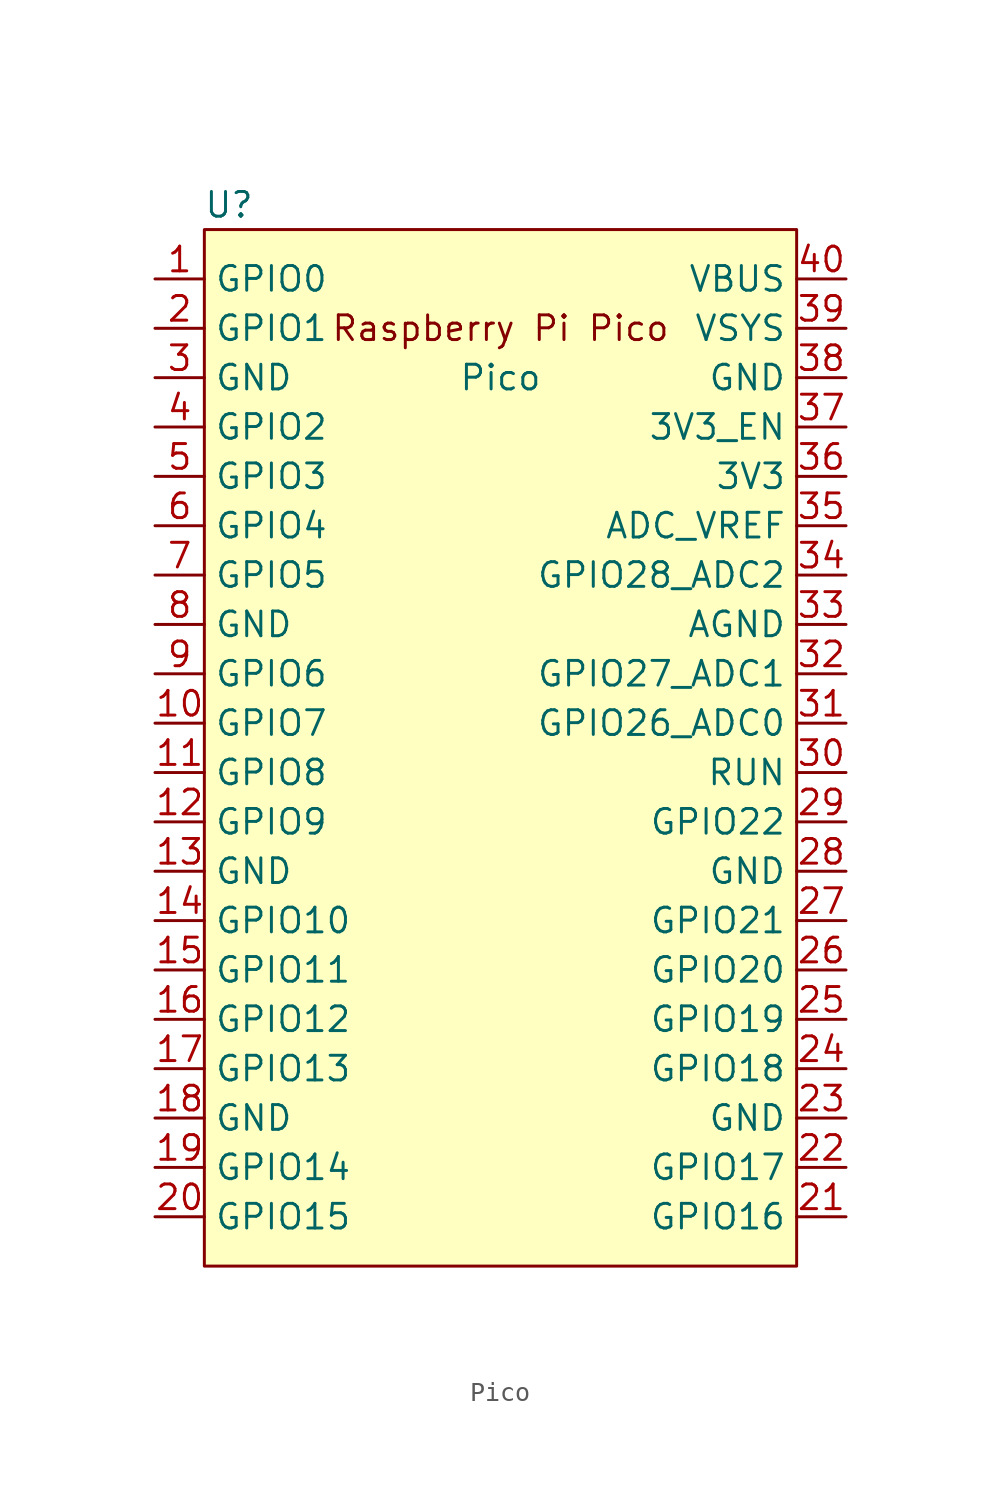
<source format=kicad_sym>
(kicad_symbol_lib
  (version 20231120)
  (generator "kicad_symbol_editor")
  (generator_version "8.0")
  (symbol "Pico"
    (property "Reference" "U"
      (at -13.97 27.94 0)
      (effects (font (size 1.27 1.27))))
    (property "Value" "Pico"
      (at 0 19.05 0)
      (effects (font (size 1.27 1.27))))
    (symbol "Pico_0_0"
      (text "Raspberry Pi Pico" (at 0 21.59 0) (effects (font (size 1.27 1.27)))))
    (symbol "Pico_0_1"
      (rectangle (start -15.24 26.67) (end 15.24 -26.67) (stroke (width 0) (type default)) (fill (type background))))
    (symbol "Pico_1_1"
      (pin bidirectional line (at -17.78 24.13 0) (length 2.54) (name "GPIO0" (effects (font (size 1.27 1.27)))) (number "1" (effects (font (size 1.27 1.27)))))
      (pin bidirectional line (at -17.78 1.27 0) (length 2.54) (name "GPIO7" (effects (font (size 1.27 1.27)))) (number "10" (effects (font (size 1.27 1.27)))))
      (pin bidirectional line (at -17.78 -1.27 0) (length 2.54) (name "GPIO8" (effects (font (size 1.27 1.27)))) (number "11" (effects (font (size 1.27 1.27)))))
      (pin bidirectional line (at -17.78 -3.81 0) (length 2.54) (name "GPIO9" (effects (font (size 1.27 1.27)))) (number "12" (effects (font (size 1.27 1.27)))))
      (pin power_in line (at -17.78 -6.35 0) (length 2.54) (name "GND" (effects (font (size 1.27 1.27)))) (number "13" (effects (font (size 1.27 1.27)))))
      (pin bidirectional line (at -17.78 -8.89 0) (length 2.54) (name "GPIO10" (effects (font (size 1.27 1.27)))) (number "14" (effects (font (size 1.27 1.27)))))
      (pin bidirectional line (at -17.78 -11.43 0) (length 2.54) (name "GPIO11" (effects (font (size 1.27 1.27)))) (number "15" (effects (font (size 1.27 1.27)))))
      (pin bidirectional line (at -17.78 -13.97 0) (length 2.54) (name "GPIO12" (effects (font (size 1.27 1.27)))) (number "16" (effects (font (size 1.27 1.27)))))
      (pin bidirectional line (at -17.78 -16.51 0) (length 2.54) (name "GPIO13" (effects (font (size 1.27 1.27)))) (number "17" (effects (font (size 1.27 1.27)))))
      (pin power_in line (at -17.78 -19.05 0) (length 2.54) (name "GND" (effects (font (size 1.27 1.27)))) (number "18" (effects (font (size 1.27 1.27)))))
      (pin bidirectional line (at -17.78 -21.59 0) (length 2.54) (name "GPIO14" (effects (font (size 1.27 1.27)))) (number "19" (effects (font (size 1.27 1.27)))))
      (pin bidirectional line (at -17.78 21.59 0) (length 2.54) (name "GPIO1" (effects (font (size 1.27 1.27)))) (number "2" (effects (font (size 1.27 1.27)))))
      (pin bidirectional line (at -17.78 -24.13 0) (length 2.54) (name "GPIO15" (effects (font (size 1.27 1.27)))) (number "20" (effects (font (size 1.27 1.27)))))
      (pin bidirectional line (at 17.78 -24.13 180) (length 2.54) (name "GPIO16" (effects (font (size 1.27 1.27)))) (number "21" (effects (font (size 1.27 1.27)))))
      (pin bidirectional line (at 17.78 -21.59 180) (length 2.54) (name "GPIO17" (effects (font (size 1.27 1.27)))) (number "22" (effects (font (size 1.27 1.27)))))
      (pin power_in line (at 17.78 -19.05 180) (length 2.54) (name "GND" (effects (font (size 1.27 1.27)))) (number "23" (effects (font (size 1.27 1.27)))))
      (pin bidirectional line (at 17.78 -16.51 180) (length 2.54) (name "GPIO18" (effects (font (size 1.27 1.27)))) (number "24" (effects (font (size 1.27 1.27)))))
      (pin bidirectional line (at 17.78 -13.97 180) (length 2.54) (name "GPIO19" (effects (font (size 1.27 1.27)))) (number "25" (effects (font (size 1.27 1.27)))))
      (pin bidirectional line (at 17.78 -11.43 180) (length 2.54) (name "GPIO20" (effects (font (size 1.27 1.27)))) (number "26" (effects (font (size 1.27 1.27)))))
      (pin bidirectional line (at 17.78 -8.89 180) (length 2.54) (name "GPIO21" (effects (font (size 1.27 1.27)))) (number "27" (effects (font (size 1.27 1.27)))))
      (pin power_in line (at 17.78 -6.35 180) (length 2.54) (name "GND" (effects (font (size 1.27 1.27)))) (number "28" (effects (font (size 1.27 1.27)))))
      (pin bidirectional line (at 17.78 -3.81 180) (length 2.54) (name "GPIO22" (effects (font (size 1.27 1.27)))) (number "29" (effects (font (size 1.27 1.27)))))
      (pin power_in line (at -17.78 19.05 0) (length 2.54) (name "GND" (effects (font (size 1.27 1.27)))) (number "3" (effects (font (size 1.27 1.27)))))
      (pin input line (at 17.78 -1.27 180) (length 2.54) (name "RUN" (effects (font (size 1.27 1.27)))) (number "30" (effects (font (size 1.27 1.27)))))
      (pin bidirectional line (at 17.78 1.27 180) (length 2.54) (name "GPIO26_ADC0" (effects (font (size 1.27 1.27)))) (number "31" (effects (font (size 1.27 1.27)))))
      (pin bidirectional line (at 17.78 3.81 180) (length 2.54) (name "GPIO27_ADC1" (effects (font (size 1.27 1.27)))) (number "32" (effects (font (size 1.27 1.27)))))
      (pin power_in line (at 17.78 6.35 180) (length 2.54) (name "AGND" (effects (font (size 1.27 1.27)))) (number "33" (effects (font (size 1.27 1.27)))))
      (pin bidirectional line (at 17.78 8.89 180) (length 2.54) (name "GPIO28_ADC2" (effects (font (size 1.27 1.27)))) (number "34" (effects (font (size 1.27 1.27)))))
      (pin power_in line (at 17.78 11.43 180) (length 2.54) (name "ADC_VREF" (effects (font (size 1.27 1.27)))) (number "35" (effects (font (size 1.27 1.27)))))
      (pin power_in line (at 17.78 13.97 180) (length 2.54) (name "3V3" (effects (font (size 1.27 1.27)))) (number "36" (effects (font (size 1.27 1.27)))))
      (pin input line (at 17.78 16.51 180) (length 2.54) (name "3V3_EN" (effects (font (size 1.27 1.27)))) (number "37" (effects (font (size 1.27 1.27)))))
      (pin bidirectional line (at 17.78 19.05 180) (length 2.54) (name "GND" (effects (font (size 1.27 1.27)))) (number "38" (effects (font (size 1.27 1.27)))))
      (pin power_in line (at 17.78 21.59 180) (length 2.54) (name "VSYS" (effects (font (size 1.27 1.27)))) (number "39" (effects (font (size 1.27 1.27)))))
      (pin bidirectional line (at -17.78 16.51 0) (length 2.54) (name "GPIO2" (effects (font (size 1.27 1.27)))) (number "4" (effects (font (size 1.27 1.27)))))
      (pin power_in line (at 17.78 24.13 180) (length 2.54) (name "VBUS" (effects (font (size 1.27 1.27)))) (number "40" (effects (font (size 1.27 1.27)))))
      (pin bidirectional line (at -17.78 13.97 0) (length 2.54) (name "GPIO3" (effects (font (size 1.27 1.27)))) (number "5" (effects (font (size 1.27 1.27)))))
      (pin bidirectional line (at -17.78 11.43 0) (length 2.54) (name "GPIO4" (effects (font (size 1.27 1.27)))) (number "6" (effects (font (size 1.27 1.27)))))
      (pin bidirectional line (at -17.78 8.89 0) (length 2.54) (name "GPIO5" (effects (font (size 1.27 1.27)))) (number "7" (effects (font (size 1.27 1.27)))))
      (pin power_in line (at -17.78 6.35 0) (length 2.54) (name "GND" (effects (font (size 1.27 1.27)))) (number "8" (effects (font (size 1.27 1.27)))))
      (pin bidirectional line (at -17.78 3.81 0) (length 2.54) (name "GPIO6" (effects (font (size 1.27 1.27)))) (number "9" (effects (font (size 1.27 1.27))))))))
</source>
